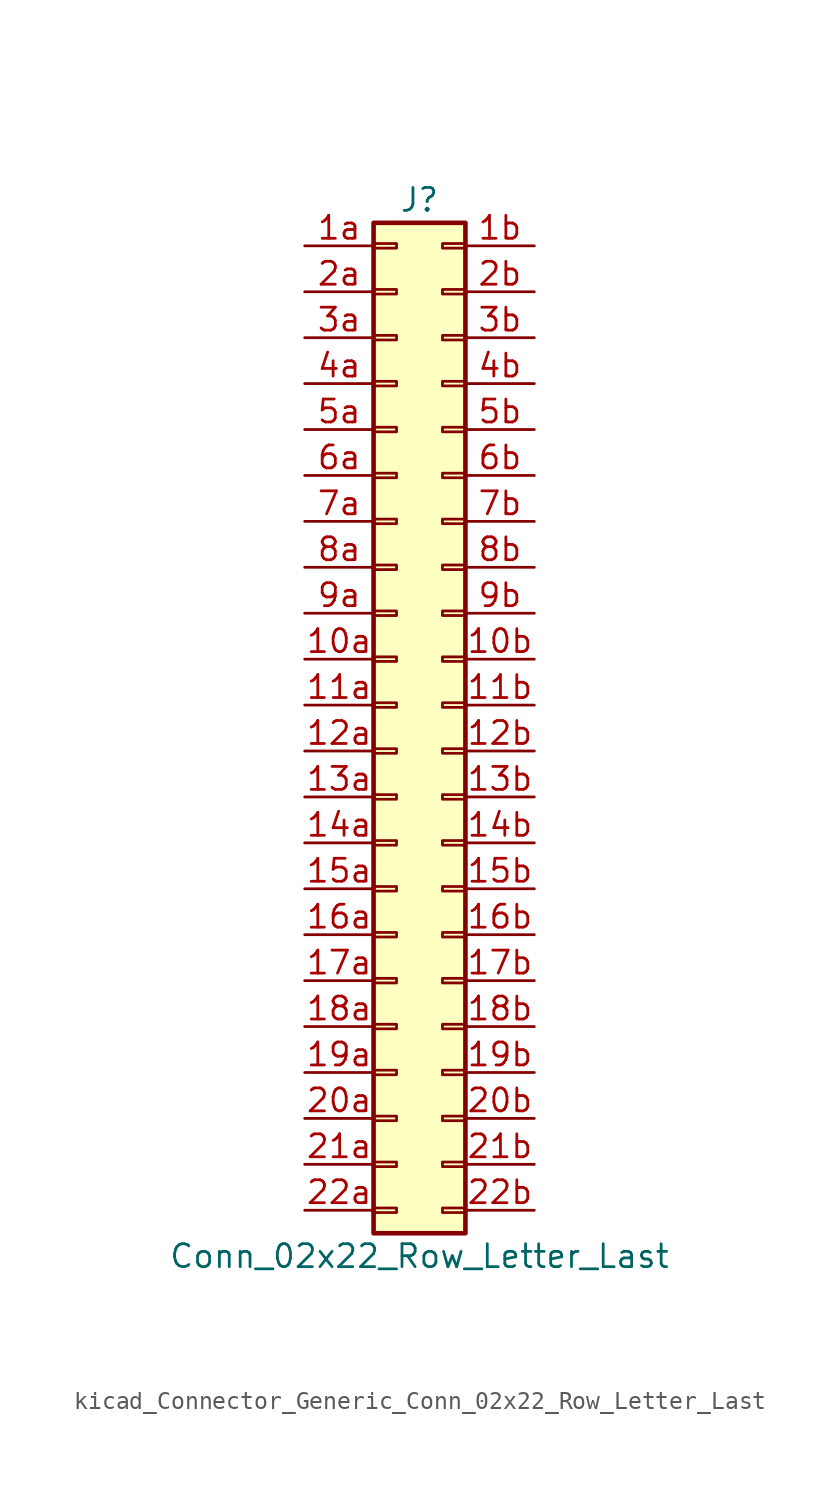
<source format=kicad_sym>
(kicad_symbol_lib
  (version 20220914)
  (generator kicad_symbol_editor)
  (symbol "kicad_Connector_Generic_Conn_02x22_Row_Letter_Last"
    (pin_names
      (offset 1.016) hide)
    (property "Reference" "J"
      (at 1.27 27.94 0)
      (effects (font (size 1.27 1.27))))
    (property "Value" "Conn_02x22_Row_Letter_Last"
      (at 1.27 -30.48 0)
      (effects (font (size 1.27 1.27))))
    (symbol "kicad_Connector_Generic_Conn_02x22_Row_Letter_Last_1_1"
      (rectangle (start -1.27 -27.813) (end 0 -28.067) (stroke (width 0.152) (type default)) (fill (type none)))
      (rectangle (start -1.27 -25.273) (end 0 -25.527) (stroke (width 0.152) (type default)) (fill (type none)))
      (rectangle (start -1.27 -22.733) (end 0 -22.987) (stroke (width 0.152) (type default)) (fill (type none)))
      (rectangle (start -1.27 -20.193) (end 0 -20.447) (stroke (width 0.152) (type default)) (fill (type none)))
      (rectangle (start -1.27 -17.653) (end 0 -17.907) (stroke (width 0.152) (type default)) (fill (type none)))
      (rectangle (start -1.27 -15.113) (end 0 -15.367) (stroke (width 0.152) (type default)) (fill (type none)))
      (rectangle (start -1.27 -12.573) (end 0 -12.827) (stroke (width 0.152) (type default)) (fill (type none)))
      (rectangle (start -1.27 -10.033) (end 0 -10.287) (stroke (width 0.152) (type default)) (fill (type none)))
      (rectangle (start -1.27 -7.493) (end 0 -7.747) (stroke (width 0.152) (type default)) (fill (type none)))
      (rectangle (start -1.27 -4.953) (end 0 -5.207) (stroke (width 0.152) (type default)) (fill (type none)))
      (rectangle (start -1.27 -2.413) (end 0 -2.667) (stroke (width 0.152) (type default)) (fill (type none)))
      (rectangle (start -1.27 0.127) (end 0 -0.127) (stroke (width 0.152) (type default)) (fill (type none)))
      (rectangle (start -1.27 2.667) (end 0 2.413) (stroke (width 0.152) (type default)) (fill (type none)))
      (rectangle (start -1.27 5.207) (end 0 4.953) (stroke (width 0.152) (type default)) (fill (type none)))
      (rectangle (start -1.27 7.747) (end 0 7.493) (stroke (width 0.152) (type default)) (fill (type none)))
      (rectangle (start -1.27 10.287) (end 0 10.033) (stroke (width 0.152) (type default)) (fill (type none)))
      (rectangle (start -1.27 12.827) (end 0 12.573) (stroke (width 0.152) (type default)) (fill (type none)))
      (rectangle (start -1.27 15.367) (end 0 15.113) (stroke (width 0.152) (type default)) (fill (type none)))
      (rectangle (start -1.27 17.907) (end 0 17.653) (stroke (width 0.152) (type default)) (fill (type none)))
      (rectangle (start -1.27 20.447) (end 0 20.193) (stroke (width 0.152) (type default)) (fill (type none)))
      (rectangle (start -1.27 22.987) (end 0 22.733) (stroke (width 0.152) (type default)) (fill (type none)))
      (rectangle (start -1.27 25.527) (end 0 25.273) (stroke (width 0.152) (type default)) (fill (type none)))
      (rectangle (start -1.27 26.67) (end 3.81 -29.21) (stroke (width 0.254) (type default)) (fill (type background)))
      (rectangle (start 3.81 -27.813) (end 2.54 -28.067) (stroke (width 0.152) (type default)) (fill (type none)))
      (rectangle (start 3.81 -25.273) (end 2.54 -25.527) (stroke (width 0.152) (type default)) (fill (type none)))
      (rectangle (start 3.81 -22.733) (end 2.54 -22.987) (stroke (width 0.152) (type default)) (fill (type none)))
      (rectangle (start 3.81 -20.193) (end 2.54 -20.447) (stroke (width 0.152) (type default)) (fill (type none)))
      (rectangle (start 3.81 -17.653) (end 2.54 -17.907) (stroke (width 0.152) (type default)) (fill (type none)))
      (rectangle (start 3.81 -15.113) (end 2.54 -15.367) (stroke (width 0.152) (type default)) (fill (type none)))
      (rectangle (start 3.81 -12.573) (end 2.54 -12.827) (stroke (width 0.152) (type default)) (fill (type none)))
      (rectangle (start 3.81 -10.033) (end 2.54 -10.287) (stroke (width 0.152) (type default)) (fill (type none)))
      (rectangle (start 3.81 -7.493) (end 2.54 -7.747) (stroke (width 0.152) (type default)) (fill (type none)))
      (rectangle (start 3.81 -4.953) (end 2.54 -5.207) (stroke (width 0.152) (type default)) (fill (type none)))
      (rectangle (start 3.81 -2.413) (end 2.54 -2.667) (stroke (width 0.152) (type default)) (fill (type none)))
      (rectangle (start 3.81 0.127) (end 2.54 -0.127) (stroke (width 0.152) (type default)) (fill (type none)))
      (rectangle (start 3.81 2.667) (end 2.54 2.413) (stroke (width 0.152) (type default)) (fill (type none)))
      (rectangle (start 3.81 5.207) (end 2.54 4.953) (stroke (width 0.152) (type default)) (fill (type none)))
      (rectangle (start 3.81 7.747) (end 2.54 7.493) (stroke (width 0.152) (type default)) (fill (type none)))
      (rectangle (start 3.81 10.287) (end 2.54 10.033) (stroke (width 0.152) (type default)) (fill (type none)))
      (rectangle (start 3.81 12.827) (end 2.54 12.573) (stroke (width 0.152) (type default)) (fill (type none)))
      (rectangle (start 3.81 15.367) (end 2.54 15.113) (stroke (width 0.152) (type default)) (fill (type none)))
      (rectangle (start 3.81 17.907) (end 2.54 17.653) (stroke (width 0.152) (type default)) (fill (type none)))
      (rectangle (start 3.81 20.447) (end 2.54 20.193) (stroke (width 0.152) (type default)) (fill (type none)))
      (rectangle (start 3.81 22.987) (end 2.54 22.733) (stroke (width 0.152) (type default)) (fill (type none)))
      (rectangle (start 3.81 25.527) (end 2.54 25.273) (stroke (width 0.152) (type default)) (fill (type none)))
      (pin passive line (at -5.08 2.54 0) (length 3.81) (name "Pin_10a" (effects (font (size 1.27 1.27)))) (number "10a" (effects (font (size 1.27 1.27)))))
      (pin passive line (at 7.62 2.54 180) (length 3.81) (name "Pin_10b" (effects (font (size 1.27 1.27)))) (number "10b" (effects (font (size 1.27 1.27)))))
      (pin passive line (at -5.08 0 0) (length 3.81) (name "Pin_11a" (effects (font (size 1.27 1.27)))) (number "11a" (effects (font (size 1.27 1.27)))))
      (pin passive line (at 7.62 0 180) (length 3.81) (name "Pin_11b" (effects (font (size 1.27 1.27)))) (number "11b" (effects (font (size 1.27 1.27)))))
      (pin passive line (at -5.08 -2.54 0) (length 3.81) (name "Pin_12a" (effects (font (size 1.27 1.27)))) (number "12a" (effects (font (size 1.27 1.27)))))
      (pin passive line (at 7.62 -2.54 180) (length 3.81) (name "Pin_12b" (effects (font (size 1.27 1.27)))) (number "12b" (effects (font (size 1.27 1.27)))))
      (pin passive line (at -5.08 -5.08 0) (length 3.81) (name "Pin_13a" (effects (font (size 1.27 1.27)))) (number "13a" (effects (font (size 1.27 1.27)))))
      (pin passive line (at 7.62 -5.08 180) (length 3.81) (name "Pin_13b" (effects (font (size 1.27 1.27)))) (number "13b" (effects (font (size 1.27 1.27)))))
      (pin passive line (at -5.08 -7.62 0) (length 3.81) (name "Pin_14a" (effects (font (size 1.27 1.27)))) (number "14a" (effects (font (size 1.27 1.27)))))
      (pin passive line (at 7.62 -7.62 180) (length 3.81) (name "Pin_14b" (effects (font (size 1.27 1.27)))) (number "14b" (effects (font (size 1.27 1.27)))))
      (pin passive line (at -5.08 -10.16 0) (length 3.81) (name "Pin_15a" (effects (font (size 1.27 1.27)))) (number "15a" (effects (font (size 1.27 1.27)))))
      (pin passive line (at 7.62 -10.16 180) (length 3.81) (name "Pin_15b" (effects (font (size 1.27 1.27)))) (number "15b" (effects (font (size 1.27 1.27)))))
      (pin passive line (at -5.08 -12.7 0) (length 3.81) (name "Pin_16a" (effects (font (size 1.27 1.27)))) (number "16a" (effects (font (size 1.27 1.27)))))
      (pin passive line (at 7.62 -12.7 180) (length 3.81) (name "Pin_16b" (effects (font (size 1.27 1.27)))) (number "16b" (effects (font (size 1.27 1.27)))))
      (pin passive line (at -5.08 -15.24 0) (length 3.81) (name "Pin_17a" (effects (font (size 1.27 1.27)))) (number "17a" (effects (font (size 1.27 1.27)))))
      (pin passive line (at 7.62 -15.24 180) (length 3.81) (name "Pin_17b" (effects (font (size 1.27 1.27)))) (number "17b" (effects (font (size 1.27 1.27)))))
      (pin passive line (at -5.08 -17.78 0) (length 3.81) (name "Pin_18a" (effects (font (size 1.27 1.27)))) (number "18a" (effects (font (size 1.27 1.27)))))
      (pin passive line (at 7.62 -17.78 180) (length 3.81) (name "Pin_18b" (effects (font (size 1.27 1.27)))) (number "18b" (effects (font (size 1.27 1.27)))))
      (pin passive line (at -5.08 -20.32 0) (length 3.81) (name "Pin_19a" (effects (font (size 1.27 1.27)))) (number "19a" (effects (font (size 1.27 1.27)))))
      (pin passive line (at 7.62 -20.32 180) (length 3.81) (name "Pin_19b" (effects (font (size 1.27 1.27)))) (number "19b" (effects (font (size 1.27 1.27)))))
      (pin passive line (at -5.08 25.4 0) (length 3.81) (name "Pin_1a" (effects (font (size 1.27 1.27)))) (number "1a" (effects (font (size 1.27 1.27)))))
      (pin passive line (at 7.62 25.4 180) (length 3.81) (name "Pin_1b" (effects (font (size 1.27 1.27)))) (number "1b" (effects (font (size 1.27 1.27)))))
      (pin passive line (at -5.08 -22.86 0) (length 3.81) (name "Pin_20a" (effects (font (size 1.27 1.27)))) (number "20a" (effects (font (size 1.27 1.27)))))
      (pin passive line (at 7.62 -22.86 180) (length 3.81) (name "Pin_20b" (effects (font (size 1.27 1.27)))) (number "20b" (effects (font (size 1.27 1.27)))))
      (pin passive line (at -5.08 -25.4 0) (length 3.81) (name "Pin_21a" (effects (font (size 1.27 1.27)))) (number "21a" (effects (font (size 1.27 1.27)))))
      (pin passive line (at 7.62 -25.4 180) (length 3.81) (name "Pin_21b" (effects (font (size 1.27 1.27)))) (number "21b" (effects (font (size 1.27 1.27)))))
      (pin passive line (at -5.08 -27.94 0) (length 3.81) (name "Pin_22a" (effects (font (size 1.27 1.27)))) (number "22a" (effects (font (size 1.27 1.27)))))
      (pin passive line (at 7.62 -27.94 180) (length 3.81) (name "Pin_22b" (effects (font (size 1.27 1.27)))) (number "22b" (effects (font (size 1.27 1.27)))))
      (pin passive line (at -5.08 22.86 0) (length 3.81) (name "Pin_2a" (effects (font (size 1.27 1.27)))) (number "2a" (effects (font (size 1.27 1.27)))))
      (pin passive line (at 7.62 22.86 180) (length 3.81) (name "Pin_2b" (effects (font (size 1.27 1.27)))) (number "2b" (effects (font (size 1.27 1.27)))))
      (pin passive line (at -5.08 20.32 0) (length 3.81) (name "Pin_3a" (effects (font (size 1.27 1.27)))) (number "3a" (effects (font (size 1.27 1.27)))))
      (pin passive line (at 7.62 20.32 180) (length 3.81) (name "Pin_3b" (effects (font (size 1.27 1.27)))) (number "3b" (effects (font (size 1.27 1.27)))))
      (pin passive line (at -5.08 17.78 0) (length 3.81) (name "Pin_4a" (effects (font (size 1.27 1.27)))) (number "4a" (effects (font (size 1.27 1.27)))))
      (pin passive line (at 7.62 17.78 180) (length 3.81) (name "Pin_4b" (effects (font (size 1.27 1.27)))) (number "4b" (effects (font (size 1.27 1.27)))))
      (pin passive line (at -5.08 15.24 0) (length 3.81) (name "Pin_5a" (effects (font (size 1.27 1.27)))) (number "5a" (effects (font (size 1.27 1.27)))))
      (pin passive line (at 7.62 15.24 180) (length 3.81) (name "Pin_5b" (effects (font (size 1.27 1.27)))) (number "5b" (effects (font (size 1.27 1.27)))))
      (pin passive line (at -5.08 12.7 0) (length 3.81) (name "Pin_6a" (effects (font (size 1.27 1.27)))) (number "6a" (effects (font (size 1.27 1.27)))))
      (pin passive line (at 7.62 12.7 180) (length 3.81) (name "Pin_6b" (effects (font (size 1.27 1.27)))) (number "6b" (effects (font (size 1.27 1.27)))))
      (pin passive line (at -5.08 10.16 0) (length 3.81) (name "Pin_7a" (effects (font (size 1.27 1.27)))) (number "7a" (effects (font (size 1.27 1.27)))))
      (pin passive line (at 7.62 10.16 180) (length 3.81) (name "Pin_7b" (effects (font (size 1.27 1.27)))) (number "7b" (effects (font (size 1.27 1.27)))))
      (pin passive line (at -5.08 7.62 0) (length 3.81) (name "Pin_8a" (effects (font (size 1.27 1.27)))) (number "8a" (effects (font (size 1.27 1.27)))))
      (pin passive line (at 7.62 7.62 180) (length 3.81) (name "Pin_8b" (effects (font (size 1.27 1.27)))) (number "8b" (effects (font (size 1.27 1.27)))))
      (pin passive line (at -5.08 5.08 0) (length 3.81) (name "Pin_9a" (effects (font (size 1.27 1.27)))) (number "9a" (effects (font (size 1.27 1.27)))))
      (pin passive line (at 7.62 5.08 180) (length 3.81) (name "Pin_9b" (effects (font (size 1.27 1.27)))) (number "9b" (effects (font (size 1.27 1.27))))))))
</source>
